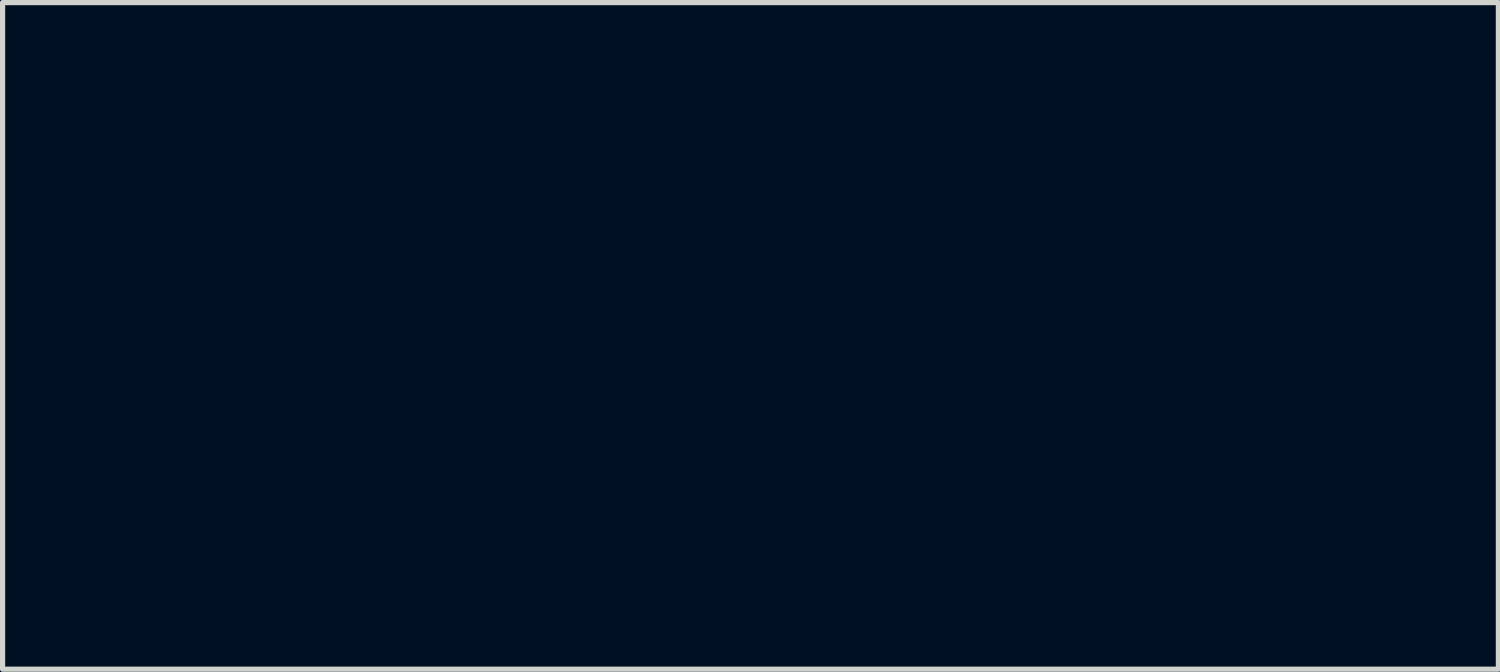
<source format=kicad_pcb>
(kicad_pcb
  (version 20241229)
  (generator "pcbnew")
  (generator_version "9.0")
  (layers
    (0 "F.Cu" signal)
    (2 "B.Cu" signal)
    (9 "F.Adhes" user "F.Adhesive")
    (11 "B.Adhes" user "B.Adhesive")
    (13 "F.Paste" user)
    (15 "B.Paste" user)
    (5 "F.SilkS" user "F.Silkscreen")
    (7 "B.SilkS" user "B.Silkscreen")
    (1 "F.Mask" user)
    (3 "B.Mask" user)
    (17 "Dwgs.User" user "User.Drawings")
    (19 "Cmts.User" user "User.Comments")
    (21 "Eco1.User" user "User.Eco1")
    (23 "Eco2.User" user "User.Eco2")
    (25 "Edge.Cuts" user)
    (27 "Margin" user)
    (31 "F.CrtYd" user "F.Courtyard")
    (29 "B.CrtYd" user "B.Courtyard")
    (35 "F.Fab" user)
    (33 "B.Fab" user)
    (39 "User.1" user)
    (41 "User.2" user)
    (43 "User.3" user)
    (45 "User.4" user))
  (footprint "OpenHardware_gold"
    (layer "F.Cu")
    (at 11.437 3.561)
    (property "Reference" "OpenHardware_gold" (at 0 0 0) (layer "F.Mask") (effects (font (size 1.524 1.524) (thickness 0.3))))
    (attr through_hole)
    (fp_poly (pts (xy 0.538 -3.508) (xy 0.545 -3.467) (xy 0.558 -3.396) (xy 0.574 -3.308) (xy 0.583 -3.26) (xy 0.604 -3.141) (xy 0.629 -3.006) (xy 0.653 -2.879) (xy 0.658 -2.851) (xy 0.676 -2.757) (xy 0.689 -2.674) (xy 0.697 -2.614) (xy 0.699 -2.594) (xy 0.701 -2.565) (xy 0.712 -2.542) (xy 0.738 -2.519) (xy 0.784 -2.493) (xy 0.856 -2.46) (xy 0.961 -2.417) (xy 0.995 -2.403) (xy 1.093 -2.364) (xy 1.179 -2.328) (xy 1.245 -2.301) (xy 1.28 -2.285) (xy 1.281 -2.285) (xy 1.359 -2.251) (xy 1.415 -2.236) (xy 1.462 -2.243) (xy 1.517 -2.27) (xy 1.564 -2.301) (xy 1.625 -2.343) (xy 1.672 -2.376) (xy 1.693 -2.392) (xy 1.714 -2.407) (xy 1.763 -2.441) (xy 1.833 -2.489) (xy 1.918 -2.547) (xy 1.937 -2.56) (xy 2.028 -2.622) (xy 2.111 -2.679) (xy 2.177 -2.724) (xy 2.217 -2.753) (xy 2.22 -2.755) (xy 2.268 -2.783) (xy 2.305 -2.794) (xy 2.329 -2.78) (xy 2.378 -2.739) (xy 2.448 -2.676) (xy 2.533 -2.596) (xy 2.63 -2.502) (xy 2.698 -2.435) (xy 2.812 -2.321) (xy 2.901 -2.233) (xy 2.964 -2.165) (xy 3.004 -2.111) (xy 3.023 -2.065) (xy 3.021 -2.021) (xy 3.001 -1.973) (xy 2.964 -1.916) (xy 2.911 -1.843) (xy 2.873 -1.789) (xy 2.799 -1.683) (xy 2.716 -1.562) (xy 2.636 -1.446) (xy 2.607 -1.403) (xy 2.474 -1.209) (xy 2.518 -1.113) (xy 2.543 -1.056) (xy 2.559 -1.016) (xy 2.561 -1.007) (xy 2.569 -0.983) (xy 2.592 -0.931) (xy 2.623 -0.861) (xy 2.635 -0.835) (xy 2.669 -0.76) (xy 2.695 -0.701) (xy 2.708 -0.668) (xy 2.709 -0.664) (xy 2.718 -0.637) (xy 2.738 -0.59) (xy 2.764 -0.536) (xy 2.788 -0.491) (xy 2.804 -0.467) (xy 2.806 -0.466) (xy 2.831 -0.462) (xy 2.886 -0.451) (xy 2.959 -0.437) (xy 2.97 -0.435) (xy 3.072 -0.415) (xy 3.182 -0.394) (xy 3.26 -0.38) (xy 3.354 -0.364) (xy 3.465 -0.345) (xy 3.559 -0.328) (xy 3.636 -0.316) (xy 3.695 -0.305) (xy 3.739 -0.29) (xy 3.771 -0.267) (xy 3.791 -0.23) (xy 3.803 -0.174) (xy 3.808 -0.093) (xy 3.808 0.016) (xy 3.806 0.16) (xy 3.805 0.259) (xy 3.799 0.771) (xy 3.725 0.787) (xy 3.661 0.8) (xy 3.578 0.817) (xy 3.535 0.825) (xy 3.455 0.84) (xy 3.354 0.859) (xy 3.254 0.878) (xy 3.249 0.879) (xy 3.15 0.898) (xy 3.05 0.917) (xy 2.97 0.931) (xy 2.966 0.931) (xy 2.885 0.949) (xy 2.833 0.973) (xy 2.798 1.014) (xy 2.768 1.082) (xy 2.762 1.096) (xy 2.734 1.17) (xy 2.706 1.238) (xy 2.697 1.259) (xy 2.677 1.306) (xy 2.646 1.38) (xy 2.609 1.47) (xy 2.584 1.531) (xy 2.5 1.74) (xy 2.551 1.817) (xy 2.584 1.867) (xy 2.634 1.941) (xy 2.693 2.027) (xy 2.733 2.085) (xy 2.83 2.226) (xy 2.906 2.337) (xy 2.963 2.421) (xy 3.003 2.482) (xy 3.028 2.524) (xy 3.043 2.552) (xy 3.048 2.567) (xy 3.048 2.57) (xy 3.034 2.591) (xy 2.994 2.637) (xy 2.933 2.701) (xy 2.858 2.78) (xy 2.772 2.867) (xy 2.682 2.958) (xy 2.591 3.048) (xy 2.505 3.132) (xy 2.43 3.204) (xy 2.37 3.26) (xy 2.33 3.294) (xy 2.317 3.302) (xy 2.292 3.291) (xy 2.245 3.263) (xy 2.186 3.226) (xy 2.126 3.187) (xy 2.078 3.153) (xy 2.053 3.133) (xy 2.026 3.111) (xy 1.972 3.073) (xy 1.9 3.024) (xy 1.817 2.969) (xy 1.731 2.912) (xy 1.648 2.859) (xy 1.578 2.815) (xy 1.527 2.785) (xy 1.503 2.773) (xy 1.502 2.773) (xy 1.473 2.782) (xy 1.418 2.807) (xy 1.347 2.843) (xy 1.327 2.854) (xy 1.233 2.903) (xy 1.169 2.934) (xy 1.128 2.947) (xy 1.101 2.941) (xy 1.082 2.918) (xy 1.062 2.877) (xy 1.059 2.869) (xy 1.034 2.812) (xy 1.018 2.773) (xy 1.016 2.764) (xy 1.008 2.74) (xy 0.987 2.69) (xy 0.962 2.631) (xy 0.927 2.554) (xy 0.896 2.483) (xy 0.879 2.445) (xy 0.861 2.401) (xy 0.831 2.328) (xy 0.794 2.235) (xy 0.753 2.133) (xy 0.751 2.127) (xy 0.709 2.022) (xy 0.669 1.923) (xy 0.636 1.842) (xy 0.612 1.789) (xy 0.612 1.789) (xy 0.571 1.696) (xy 0.529 1.596) (xy 0.49 1.496) (xy 0.456 1.404) (xy 0.43 1.329) (xy 0.416 1.278) (xy 0.415 1.262) (xy 0.436 1.24) (xy 0.483 1.201) (xy 0.548 1.152) (xy 0.575 1.132) (xy 0.745 0.991) (xy 0.878 0.829) (xy 0.974 0.65) (xy 1.032 0.456) (xy 1.05 0.251) (xy 1.037 0.093) (xy 1.013 -0.035) (xy 0.98 -0.139) (xy 0.931 -0.238) (xy 0.867 -0.34) (xy 0.747 -0.488) (xy 0.603 -0.609) (xy 0.428 -0.709) (xy 0.328 -0.752) (xy 0.237 -0.776) (xy 0.118 -0.79) (xy -0.013 -0.795) (xy -0.142 -0.789) (xy -0.256 -0.774) (xy -0.32 -0.757) (xy -0.518 -0.664) (xy -0.692 -0.538) (xy -0.837 -0.383) (xy -0.951 -0.201) (xy -1.016 -0.042) (xy -1.033 0.036) (xy -1.044 0.145) (xy -1.048 0.265) (xy -1.046 0.376) (xy -1.038 0.459) (xy -1.023 0.529) (xy -0.998 0.601) (xy -0.997 0.603) (xy -0.894 0.807) (xy -0.759 0.982) (xy -0.594 1.129) (xy -0.493 1.196) (xy -0.433 1.241) (xy -0.411 1.284) (xy -0.423 1.329) (xy -0.444 1.373) (xy -0.47 1.432) (xy -0.474 1.439) (xy -0.501 1.505) (xy -0.539 1.597) (xy -0.585 1.707) (xy -0.635 1.829) (xy -0.686 1.954) (xy -0.736 2.075) (xy -0.781 2.185) (xy -0.818 2.275) (xy -0.844 2.338) (xy -0.852 2.36) (xy -0.884 2.438) (xy -0.919 2.519) (xy -0.923 2.529) (xy -0.946 2.583) (xy -0.961 2.619) (xy -0.963 2.625) (xy -0.972 2.649) (xy -0.993 2.697) (xy -1.003 2.72) (xy -1.036 2.796) (xy -1.068 2.873) (xy -1.073 2.883) (xy -1.098 2.932) (xy -1.121 2.956) (xy -1.127 2.957) (xy -1.155 2.946) (xy -1.21 2.919) (xy -1.28 2.883) (xy -1.295 2.875) (xy -1.387 2.826) (xy -1.453 2.796) (xy -1.504 2.786) (xy -1.55 2.795) (xy -1.603 2.823) (xy -1.675 2.871) (xy -1.678 2.873) (xy -1.834 2.98) (xy -1.969 3.072) (xy -2.078 3.147) (xy -2.159 3.203) (xy -2.21 3.239) (xy -2.223 3.249) (xy -2.252 3.271) (xy -2.279 3.284) (xy -2.307 3.284) (xy -2.342 3.27) (xy -2.387 3.238) (xy -2.447 3.187) (xy -2.526 3.112) (xy -2.629 3.011) (xy -2.691 2.949) (xy -2.792 2.848) (xy -2.881 2.755) (xy -2.956 2.675) (xy -3.011 2.612) (xy -3.042 2.572) (xy -3.048 2.56) (xy -3.036 2.518) (xy -3.009 2.474) (xy -2.982 2.436) (xy -2.937 2.373) (xy -2.882 2.294) (xy -2.833 2.223) (xy -2.766 2.126) (xy -2.698 2.026) (xy -2.638 1.939) (xy -2.607 1.894) (xy -2.554 1.812) (xy -2.526 1.752) (xy -2.522 1.704) (xy -2.538 1.659) (xy -2.539 1.656) (xy -2.554 1.624) (xy -2.58 1.561) (xy -2.616 1.473) (xy -2.657 1.37) (xy -2.68 1.312) (xy -2.722 1.205) (xy -2.761 1.111) (xy -2.792 1.037) (xy -2.813 0.991) (xy -2.819 0.981) (xy -2.838 0.968) (xy -2.878 0.954) (xy -2.943 0.938) (xy -3.038 0.918) (xy -3.168 0.895) (xy -3.26 0.879) (xy -3.358 0.861) (xy -3.459 0.842) (xy -3.535 0.827) (xy -3.612 0.811) (xy -3.68 0.799) (xy -3.709 0.794) (xy -3.76 0.784) (xy -3.788 0.773) (xy -3.796 0.747) (xy -3.802 0.681) (xy -3.806 0.576) (xy -3.809 0.434) (xy -3.81 0.258) (xy -3.81 0.246) (xy -3.514 0.246) (xy -3.514 0.523) (xy -3.36 0.547) (xy -3.23 0.568) (xy -3.096 0.592) (xy -2.969 0.615) (xy -2.861 0.637) (xy -2.788 0.653) (xy -2.699 0.685) (xy -2.625 0.734) (xy -2.562 0.807) (xy -2.503 0.91) (xy -2.445 1.048) (xy -2.438 1.069) (xy -2.398 1.172) (xy -2.352 1.292) (xy -2.306 1.404) (xy -2.299 1.422) (xy -2.248 1.56) (xy -2.222 1.674) (xy -2.222 1.775) (xy -2.248 1.873) (xy -2.3 1.979) (xy -2.323 2.017) (xy -2.43 2.183) (xy -2.562 2.376) (xy -2.656 2.51) (xy -2.658 2.531) (xy -2.639 2.565) (xy -2.596 2.616) (xy -2.527 2.69) (xy -2.488 2.729) (xy -2.415 2.8) (xy -2.352 2.856) (xy -2.304 2.894) (xy -2.278 2.906) (xy -2.277 2.906) (xy -2.251 2.889) (xy -2.199 2.854) (xy -2.127 2.805) (xy -2.053 2.754) (xy -1.925 2.666) (xy -1.827 2.599) (xy -1.753 2.549) (xy -1.698 2.516) (xy -1.656 2.494) (xy -1.622 2.482) (xy -1.591 2.477) (xy -1.557 2.476) (xy -1.521 2.477) (xy -1.438 2.482) (xy -1.365 2.496) (xy -1.334 2.508) (xy -1.282 2.526) (xy -1.259 2.518) (xy -1.247 2.492) (xy -1.22 2.431) (xy -1.182 2.34) (xy -1.134 2.226) (xy -1.078 2.091) (xy -1.017 1.943) (xy -0.952 1.784) (xy -0.885 1.621) (xy -0.876 1.601) (xy -0.836 1.5) (xy -0.811 1.43) (xy -0.802 1.383) (xy -0.81 1.351) (xy -0.835 1.326) (xy -0.877 1.3) (xy -0.891 1.292) (xy -0.937 1.253) (xy -0.997 1.186) (xy -1.064 1.099) (xy -1.131 1.002) (xy -1.192 0.904) (xy -1.241 0.813) (xy -1.246 0.802) (xy -1.327 0.579) (xy -1.366 0.351) (xy -1.363 0.121) (xy -1.318 -0.108) (xy -1.299 -0.169) (xy -1.216 -0.358) (xy -1.102 -0.536) (xy -0.962 -0.7) (xy -0.802 -0.841) (xy -0.629 -0.956) (xy -0.449 -1.039) (xy -0.307 -1.078) (xy -0.19 -1.092) (xy -0.05 -1.099) (xy 0.095 -1.098) (xy 0.228 -1.09) (xy 0.299 -1.08) (xy 0.481 -1.026) (xy 0.66 -0.936) (xy 0.83 -0.814) (xy 0.986 -0.668) (xy 1.122 -0.501) (xy 1.232 -0.32) (xy 1.31 -0.131) (xy 1.323 -0.085) (xy 1.34 0.011) (xy 1.35 0.133) (xy 1.353 0.268) (xy 1.349 0.4) (xy 1.338 0.517) (xy 1.325 0.587) (xy 1.247 0.799) (xy 1.132 0.999) (xy 0.976 1.188) (xy 0.958 1.206) (xy 0.782 1.386) (xy 0.855 1.566) (xy 0.9 1.675) (xy 0.955 1.809) (xy 1.017 1.959) (xy 1.081 2.111) (xy 1.14 2.253) (xy 1.191 2.373) (xy 1.209 2.416) (xy 1.238 2.482) (xy 1.258 2.515) (xy 1.278 2.522) (xy 1.305 2.511) (xy 1.313 2.507) (xy 1.362 2.492) (xy 1.436 2.481) (xy 1.504 2.477) (xy 1.549 2.477) (xy 1.585 2.477) (xy 1.617 2.482) (xy 1.651 2.494) (xy 1.693 2.515) (xy 1.747 2.548) (xy 1.819 2.597) (xy 1.916 2.664) (xy 2.041 2.751) (xy 2.053 2.76) (xy 2.275 2.915) (xy 2.664 2.534) (xy 2.466 2.243) (xy 2.379 2.114) (xy 2.313 2.015) (xy 2.266 1.938) (xy 2.234 1.88) (xy 2.215 1.834) (xy 2.205 1.794) (xy 2.202 1.754) (xy 2.201 1.737) (xy 2.209 1.691) (xy 2.231 1.614) (xy 2.265 1.514) (xy 2.306 1.398) (xy 2.353 1.275) (xy 2.402 1.151) (xy 2.451 1.035) (xy 2.496 0.935) (xy 2.518 0.89) (xy 2.595 0.783) (xy 2.701 0.699) (xy 2.821 0.648) (xy 2.891 0.631) (xy 2.985 0.611) (xy 3.092 0.589) (xy 3.203 0.569) (xy 3.306 0.551) (xy 3.393 0.537) (xy 3.452 0.53) (xy 3.466 0.529) (xy 3.485 0.528) (xy 3.499 0.519) (xy 3.507 0.496) (xy 3.511 0.452) (xy 3.513 0.38) (xy 3.514 0.274) (xy 3.514 0.254) (xy 3.513 0.152) (xy 3.512 0.067) (xy 3.511 0.007) (xy 3.509 -0.02) (xy 3.508 -0.021) (xy 3.487 -0.025) (xy 3.433 -0.034) (xy 3.358 -0.047) (xy 3.323 -0.054) (xy 3.209 -0.074) (xy 3.08 -0.097) (xy 2.966 -0.118) (xy 2.965 -0.118) (xy 2.816 -0.149) (xy 2.701 -0.188) (xy 2.612 -0.241) (xy 2.541 -0.314) (xy 2.479 -0.415) (xy 2.417 -0.548) (xy 2.416 -0.55) (xy 2.37 -0.663) (xy 2.318 -0.786) (xy 2.27 -0.899) (xy 2.257 -0.931) (xy 2.22 -1.024) (xy 2.194 -1.103) (xy 2.183 -1.175) (xy 2.186 -1.246) (xy 2.207 -1.322) (xy 2.245 -1.407) (xy 2.304 -1.509) (xy 2.385 -1.632) (xy 2.488 -1.784) (xy 2.499 -1.799) (xy 2.667 -2.041) (xy 2.482 -2.227) (xy 2.41 -2.298) (xy 2.349 -2.357) (xy 2.303 -2.397) (xy 2.281 -2.413) (xy 2.281 -2.413) (xy 2.257 -2.401) (xy 2.208 -2.37) (xy 2.14 -2.323) (xy 2.075 -2.277) (xy 1.987 -2.214) (xy 1.901 -2.155) (xy 1.829 -2.106) (xy 1.795 -2.085) (xy 1.723 -2.039) (xy 1.652 -1.992) (xy 1.632 -1.978) (xy 1.578 -1.947) (xy 1.517 -1.929) (xy 1.444 -1.927) (xy 1.357 -1.94) (xy 1.249 -1.969) (xy 1.116 -2.016) (xy 0.954 -2.082) (xy 0.8 -2.148) (xy 0.641 -2.227) (xy 0.524 -2.306) (xy 0.448 -2.385) (xy 0.415 -2.46) (xy 0.406 -2.508) (xy 0.392 -2.578) (xy 0.383 -2.625) (xy 0.307 -3.038) (xy 0.293 -3.117) (xy 0.27 -3.26) (xy -0.003 -3.26) (xy -0.104 -3.259) (xy -0.189 -3.258) (xy -0.249 -3.257) (xy -0.275 -3.255) (xy -0.276 -3.254) (xy -0.279 -3.233) (xy -0.288 -3.179) (xy -0.301 -3.103) (xy -0.307 -3.069) (xy -0.326 -2.964) (xy -0.345 -2.853) (xy -0.36 -2.76) (xy -0.362 -2.752) (xy -0.394 -2.589) (xy -0.431 -2.462) (xy -0.478 -2.365) (xy -0.538 -2.292) (xy -0.613 -2.236) (xy -0.67 -2.207) (xy -0.881 -2.115) (xy -1.057 -2.042) (xy -1.201 -1.988) (xy -1.314 -1.951) (xy -1.401 -1.931) (xy -1.451 -1.926) (xy -1.497 -1.928) (xy -1.538 -1.935) (xy -1.581 -1.951) (xy -1.634 -1.98) (xy -1.706 -2.025) (xy -1.803 -2.091) (xy -1.813 -2.098) (xy -1.915 -2.167) (xy -2.015 -2.235) (xy -2.103 -2.294) (xy -2.169 -2.338) (xy -2.178 -2.343) (xy -2.291 -2.418) (xy -2.671 -2.038) (xy -2.516 -1.812) (xy -2.446 -1.71) (xy -2.376 -1.605) (xy -2.313 -1.51) (xy -2.27 -1.444) (xy -2.22 -1.359) (xy -2.19 -1.284) (xy -2.179 -1.21) (xy -2.189 -1.129) (xy -2.218 -1.031) (xy -2.268 -0.909) (xy -2.287 -0.865) (xy -2.337 -0.754) (xy -2.387 -0.639) (xy -2.431 -0.536) (xy -2.458 -0.472) (xy -2.499 -0.383) (xy -2.543 -0.311) (xy -2.596 -0.255) (xy -2.664 -0.209) (xy -2.751 -0.172) (xy -2.865 -0.14) (xy -3.011 -0.109) (xy -3.154 -0.084) (xy -3.259 -0.066) (xy -3.352 -0.05) (xy -3.424 -0.038) (xy -3.465 -0.03) (xy -3.466 -0.03) (xy -3.486 -0.024) (xy -3.499 -0.012) (xy -3.507 0.014) (xy -3.512 0.061) (xy -3.513 0.136) (xy -3.514 0.246) (xy -3.81 0.246) (xy -3.81 0.244) (xy -3.811 0.081) (xy -3.811 -0.046) (xy -3.808 -0.14) (xy -3.801 -0.208) (xy -3.786 -0.254) (xy -3.762 -0.283) (xy -3.726 -0.301) (xy -3.676 -0.312) (xy -3.609 -0.322) (xy -3.556 -0.33) (xy -3.446 -0.349) (xy -3.326 -0.37) (xy -3.222 -0.389) (xy -3.217 -0.39) (xy -3.117 -0.409) (xy -3.013 -0.428) (xy -2.934 -0.442) (xy -2.867 -0.455) (xy -2.819 -0.465) (xy -2.804 -0.47) (xy -2.793 -0.491) (xy -2.77 -0.543) (xy -2.735 -0.62) (xy -2.694 -0.714) (xy -2.677 -0.751) (xy -2.631 -0.857) (xy -2.589 -0.954) (xy -2.554 -1.033) (xy -2.531 -1.085) (xy -2.527 -1.093) (xy -2.507 -1.148) (xy -2.502 -1.196) (xy -2.515 -1.247) (xy -2.549 -1.312) (xy -2.606 -1.398) (xy -2.667 -1.485) (xy -2.739 -1.591) (xy -2.814 -1.7) (xy -2.853 -1.757) (xy -2.91 -1.84) (xy -2.962 -1.913) (xy -3 -1.967) (xy -3.019 -1.991) (xy -3.043 -2.037) (xy -3.048 -2.062) (xy -3.033 -2.087) (xy -2.993 -2.137) (xy -2.932 -2.205) (xy -2.856 -2.286) (xy -2.77 -2.375) (xy -2.679 -2.467) (xy -2.588 -2.557) (xy -2.502 -2.64) (xy -2.427 -2.709) (xy -2.368 -2.761) (xy -2.33 -2.79) (xy -2.32 -2.794) (xy -2.291 -2.783) (xy -2.234 -2.751) (xy -2.159 -2.705) (xy -2.072 -2.648) (xy -2.059 -2.639) (xy -1.957 -2.569) (xy -1.852 -2.498) (xy -1.758 -2.434) (xy -1.693 -2.39) (xy -1.627 -2.344) (xy -1.575 -2.307) (xy -1.547 -2.286) (xy -1.545 -2.284) (xy -1.52 -2.265) (xy -1.488 -2.247) (xy -1.44 -2.235) (xy -1.378 -2.245) (xy -1.293 -2.281) (xy -1.281 -2.287) (xy -1.245 -2.303) (xy -1.18 -2.33) (xy -1.093 -2.366) (xy -0.994 -2.406) (xy -0.984 -2.41) (xy -0.73 -2.511) (xy -0.704 -2.637) (xy -0.688 -2.718) (xy -0.668 -2.822) (xy -0.648 -2.928) (xy -0.644 -2.953) (xy -0.624 -3.061) (xy -0.603 -3.176) (xy -0.586 -3.276) (xy -0.583 -3.291) (xy -0.567 -3.375) (xy -0.551 -3.45) (xy -0.54 -3.498) (xy -0.525 -3.556) (xy 0.528 -3.556) (xy 0.538 -3.508)) (stroke (width 0.01) (type solid)) (fill yes) (layer "F.Mask")))
  (gr_rect
    (start -3 -3)
    (end 25.875 9.868)
    (stroke (width 0.1) (type default))
    (fill no)
    (layer "Edge.Cuts")))
</source>
